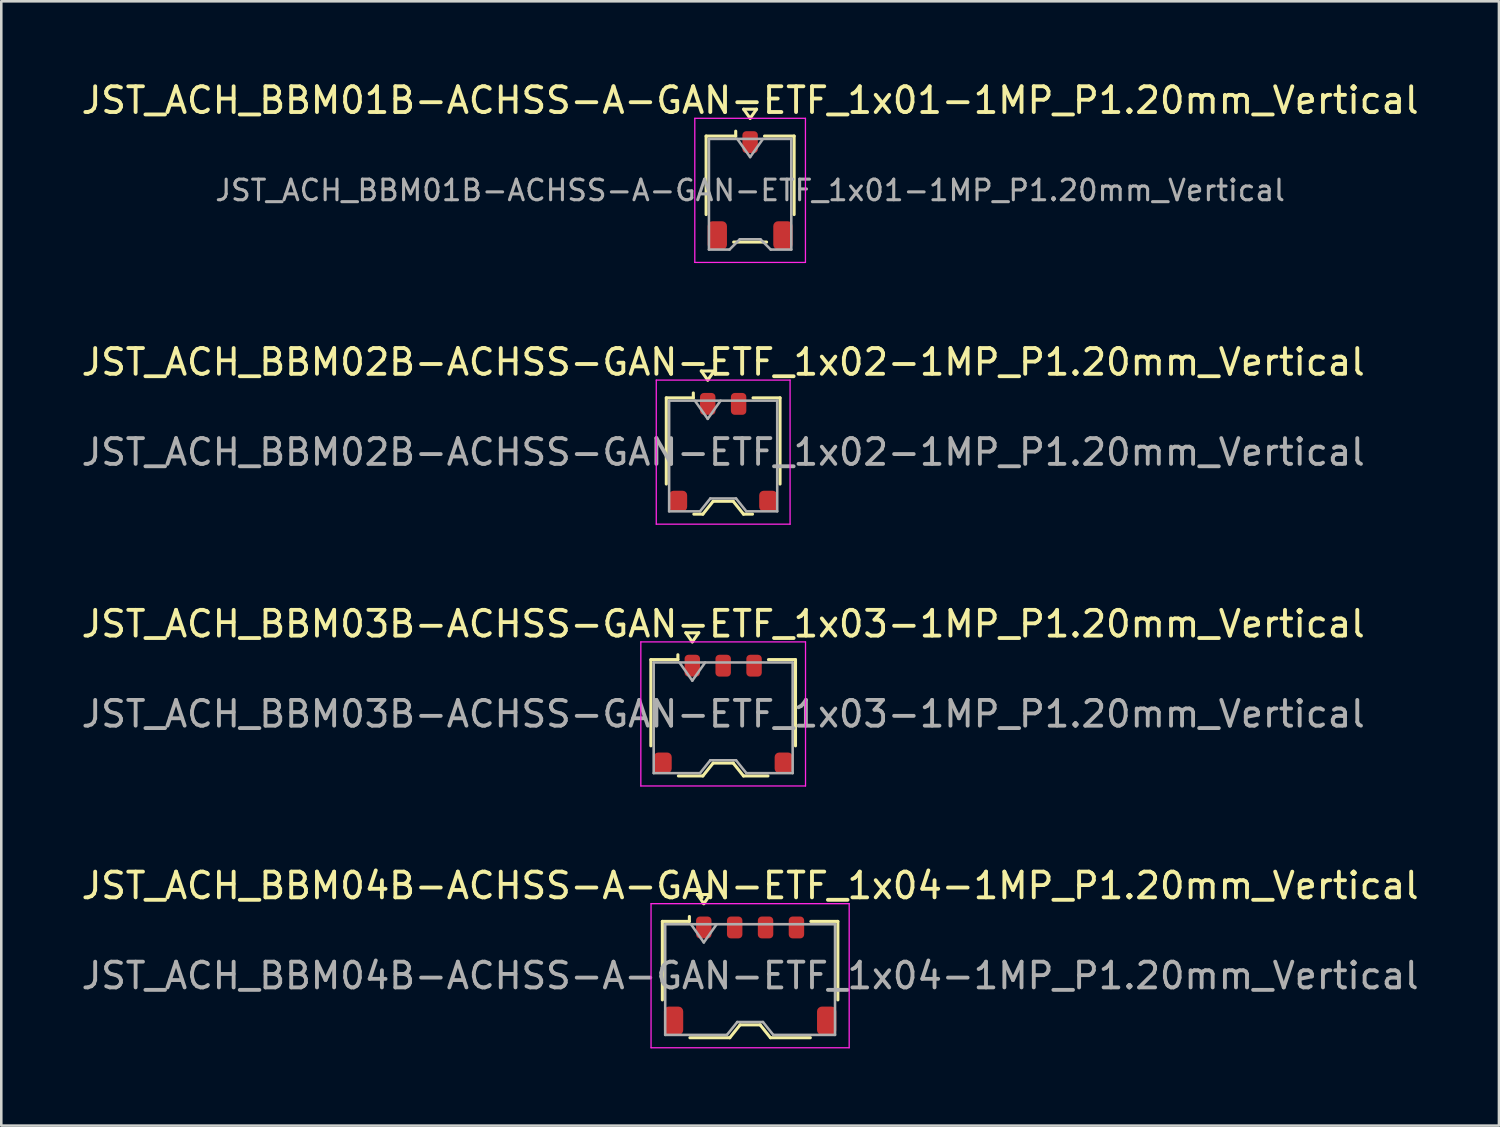
<source format=kicad_pcb>
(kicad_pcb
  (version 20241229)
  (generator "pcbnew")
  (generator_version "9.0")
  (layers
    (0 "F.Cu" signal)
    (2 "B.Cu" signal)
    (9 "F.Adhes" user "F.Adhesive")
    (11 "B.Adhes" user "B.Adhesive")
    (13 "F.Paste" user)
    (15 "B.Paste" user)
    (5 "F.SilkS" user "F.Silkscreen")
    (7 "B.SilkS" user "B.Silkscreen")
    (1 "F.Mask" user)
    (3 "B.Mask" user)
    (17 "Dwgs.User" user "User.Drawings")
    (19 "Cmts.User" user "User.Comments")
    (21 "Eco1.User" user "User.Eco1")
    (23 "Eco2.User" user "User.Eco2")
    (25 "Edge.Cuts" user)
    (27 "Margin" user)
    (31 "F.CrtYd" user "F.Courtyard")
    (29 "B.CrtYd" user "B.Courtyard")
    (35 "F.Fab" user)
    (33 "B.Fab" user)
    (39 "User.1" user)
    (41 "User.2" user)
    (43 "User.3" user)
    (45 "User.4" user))
  (footprint "JST_ACH_BBM04B-ACHSS-A-GAN-ETF_1x04-1MP_P1.20mm_Vertical"
    (layer "F.Cu")
    (at 26.101 34.868)
    (property "Reference" "JST_ACH_BBM04B-ACHSS-A-GAN-ETF_1x04-1MP_P1.20mm_Vertical" (at 0 -3.5 0) (layer "F.SilkS") (effects (font (size 1 1) (thickness 0.15))))
    (attr smd)
    (fp_line (start -3.41 -2.11) (end -2.36 -2.11) (stroke (width 0.12) (type solid)) (layer "F.SilkS"))
    (fp_line (start -3.41 0.94) (end -3.41 -2.11) (stroke (width 0.12) (type solid)) (layer "F.SilkS"))
    (fp_line (start -2.36 -2.11) (end -2.36 -2.3) (stroke (width 0.12) (type solid)) (layer "F.SilkS"))
    (fp_line (start -2.34 2.41) (end -0.79 2.41) (stroke (width 0.12) (type solid)) (layer "F.SilkS"))
    (fp_line (start -2.05 -3.154) (end -1.8 -2.8) (stroke (width 0.12) (type solid)) (layer "F.SilkS"))
    (fp_line (start -1.8 -2.8) (end -1.55 -3.154) (stroke (width 0.12) (type solid)) (layer "F.SilkS"))
    (fp_line (start -1.55 -3.154) (end -2.05 -3.154) (stroke (width 0.12) (type solid)) (layer "F.SilkS"))
    (fp_line (start -0.79 2.41) (end -0.39 1.91) (stroke (width 0.12) (type solid)) (layer "F.SilkS"))
    (fp_line (start -0.39 1.91) (end 0.39 1.91) (stroke (width 0.12) (type solid)) (layer "F.SilkS"))
    (fp_line (start 0.39 1.91) (end 0.79 2.41) (stroke (width 0.12) (type solid)) (layer "F.SilkS"))
    (fp_line (start 0.79 2.41) (end 2.34 2.41) (stroke (width 0.12) (type solid)) (layer "F.SilkS"))
    (fp_line (start 3.41 -2.11) (end 2.36 -2.11) (stroke (width 0.12) (type solid)) (layer "F.SilkS"))
    (fp_line (start 3.41 0.94) (end 3.41 -2.11) (stroke (width 0.12) (type solid)) (layer "F.SilkS"))
    (fp_line (start -3.85 -2.8) (end -3.85 2.8) (stroke (width 0.05) (type solid)) (layer "F.CrtYd"))
    (fp_line (start -3.85 2.8) (end 3.85 2.8) (stroke (width 0.05) (type solid)) (layer "F.CrtYd"))
    (fp_line (start 3.85 -2.8) (end -3.85 -2.8) (stroke (width 0.05) (type solid)) (layer "F.CrtYd"))
    (fp_line (start 3.85 2.8) (end 3.85 -2.8) (stroke (width 0.05) (type solid)) (layer "F.CrtYd"))
    (fp_line (start -3.3 -2) (end -3.3 2.3) (stroke (width 0.1) (type solid)) (layer "F.Fab"))
    (fp_line (start -3.3 -2) (end 3.3 -2) (stroke (width 0.1) (type solid)) (layer "F.Fab"))
    (fp_line (start -3.3 2.3) (end -0.9 2.3) (stroke (width 0.1) (type solid)) (layer "F.Fab"))
    (fp_line (start -2.3 -2) (end -1.8 -1.293) (stroke (width 0.1) (type solid)) (layer "F.Fab"))
    (fp_line (start -1.8 -1.293) (end -1.3 -2) (stroke (width 0.1) (type solid)) (layer "F.Fab"))
    (fp_line (start -0.9 2.3) (end -0.5 1.8) (stroke (width 0.1) (type solid)) (layer "F.Fab"))
    (fp_line (start -0.5 1.8) (end 0.5 1.8) (stroke (width 0.1) (type solid)) (layer "F.Fab"))
    (fp_line (start 0.5 1.8) (end 0.9 2.3) (stroke (width 0.1) (type solid)) (layer "F.Fab"))
    (fp_line (start 0.9 2.3) (end 3.3 2.3) (stroke (width 0.1) (type solid)) (layer "F.Fab"))
    (fp_line (start 3.3 -2) (end 3.3 2.3) (stroke (width 0.1) (type solid)) (layer "F.Fab"))
    (fp_text user "${REFERENCE}" (at 0 0 0) (layer "F.Fab") (effects (font (size 1 1) (thickness 0.15))))
    (pad "1" smd roundrect (at -1.8 -1.875) (size 0.6 0.85) (layers "F.Cu" "F.Mask" "F.Paste") (roundrect_rratio 0.25))
    (pad "2" smd roundrect (at -0.6 -1.875) (size 0.6 0.85) (layers "F.Cu" "F.Mask" "F.Paste") (roundrect_rratio 0.25))
    (pad "3" smd roundrect (at 0.6 -1.875) (size 0.6 0.85) (layers "F.Cu" "F.Mask" "F.Paste") (roundrect_rratio 0.25))
    (pad "4" smd roundrect (at 1.8 -1.875) (size 0.6 0.85) (layers "F.Cu" "F.Mask" "F.Paste") (roundrect_rratio 0.25))
    (pad "MP" smd roundrect (at -2.975 1.75) (size 0.75 1.1) (layers "F.Cu" "F.Mask" "F.Paste") (roundrect_rratio 0.25))
    (pad "MP" smd roundrect (at 2.975 1.75) (size 0.75 1.1) (layers "F.Cu" "F.Mask" "F.Paste") (roundrect_rratio 0.25)))
  (footprint "JST_ACH_BBM01B-ACHSS-A-GAN-ETF_1x01-1MP_P1.20mm_Vertical"
    (layer "F.Cu")
    (at 26.101 4.348)
    (property "Reference" "JST_ACH_BBM01B-ACHSS-A-GAN-ETF_1x01-1MP_P1.20mm_Vertical" (at 0 -3.5 0) (layer "F.SilkS") (effects (font (size 1 1) (thickness 0.15))))
    (attr smd)
    (fp_line (start -1.71 -2.11) (end -0.56 -2.11) (stroke (width 0.12) (type solid)) (layer "F.SilkS"))
    (fp_line (start -1.71 0.94) (end -1.71 -2.11) (stroke (width 0.12) (type solid)) (layer "F.SilkS"))
    (fp_line (start -0.64 2.01) (end 0.64 2.01) (stroke (width 0.12) (type solid)) (layer "F.SilkS"))
    (fp_line (start -0.56 -2.11) (end -0.56 -2.3) (stroke (width 0.12) (type solid)) (layer "F.SilkS"))
    (fp_line (start -0.25 -3.154) (end 0 -2.8) (stroke (width 0.12) (type solid)) (layer "F.SilkS"))
    (fp_line (start 0 -2.8) (end 0.25 -3.154) (stroke (width 0.12) (type solid)) (layer "F.SilkS"))
    (fp_line (start 0.25 -3.154) (end -0.25 -3.154) (stroke (width 0.12) (type solid)) (layer "F.SilkS"))
    (fp_line (start 1.71 -2.11) (end 0.56 -2.11) (stroke (width 0.12) (type solid)) (layer "F.SilkS"))
    (fp_line (start 1.71 0.94) (end 1.71 -2.11) (stroke (width 0.12) (type solid)) (layer "F.SilkS"))
    (fp_line (start -2.15 -2.8) (end -2.15 2.8) (stroke (width 0.05) (type solid)) (layer "F.CrtYd"))
    (fp_line (start -2.15 2.8) (end 2.15 2.8) (stroke (width 0.05) (type solid)) (layer "F.CrtYd"))
    (fp_line (start 2.15 -2.8) (end -2.15 -2.8) (stroke (width 0.05) (type solid)) (layer "F.CrtYd"))
    (fp_line (start 2.15 2.8) (end 2.15 -2.8) (stroke (width 0.05) (type solid)) (layer "F.CrtYd"))
    (fp_line (start -1.6 -2) (end -1.6 2.3) (stroke (width 0.1) (type solid)) (layer "F.Fab"))
    (fp_line (start -1.6 -2) (end 1.6 -2) (stroke (width 0.1) (type solid)) (layer "F.Fab"))
    (fp_line (start -1.6 2.3) (end -0.8 2.3) (stroke (width 0.1) (type solid)) (layer "F.Fab"))
    (fp_line (start -0.8 2.3) (end -0.4 1.9) (stroke (width 0.1) (type solid)) (layer "F.Fab"))
    (fp_line (start -0.5 -2) (end 0 -1.293) (stroke (width 0.1) (type solid)) (layer "F.Fab"))
    (fp_line (start -0.4 1.9) (end 0.4 1.9) (stroke (width 0.1) (type solid)) (layer "F.Fab"))
    (fp_line (start 0 -1.293) (end 0.5 -2) (stroke (width 0.1) (type solid)) (layer "F.Fab"))
    (fp_line (start 0.4 1.9) (end 0.8 2.3) (stroke (width 0.1) (type solid)) (layer "F.Fab"))
    (fp_line (start 0.8 2.3) (end 1.6 2.3) (stroke (width 0.1) (type solid)) (layer "F.Fab"))
    (fp_line (start 1.6 -2) (end 1.6 2.3) (stroke (width 0.1) (type solid)) (layer "F.Fab"))
    (fp_text user "${REFERENCE}" (at 0 0 0) (layer "F.Fab") (effects (font (size 0.8 0.8) (thickness 0.12))))
    (pad "1" smd roundrect (at 0 -1.875) (size 0.6 0.85) (layers "F.Cu" "F.Mask" "F.Paste") (roundrect_rratio 0.25))
    (pad "MP" smd roundrect (at -1.275 1.75) (size 0.75 1.1) (layers "F.Cu" "F.Mask" "F.Paste") (roundrect_rratio 0.25))
    (pad "MP" smd roundrect (at 1.275 1.75) (size 0.75 1.1) (layers "F.Cu" "F.Mask" "F.Paste") (roundrect_rratio 0.25)))
  (footprint "JST_ACH_BBM02B-ACHSS-GAN-ETF_1x02-1MP_P1.20mm_Vertical"
    (layer "F.Cu")
    (at 25.054 14.521)
    (property "Reference" "JST_ACH_BBM02B-ACHSS-GAN-ETF_1x02-1MP_P1.20mm_Vertical" (at 0 -3.5 0) (layer "F.SilkS") (effects (font (size 1 1) (thickness 0.15))))
    (attr smd)
    (fp_line (start -2.21 -2.11) (end -1.16 -2.11) (stroke (width 0.12) (type solid)) (layer "F.SilkS"))
    (fp_line (start -2.21 1.24) (end -2.21 -2.11) (stroke (width 0.12) (type solid)) (layer "F.SilkS"))
    (fp_line (start -1.16 -2.11) (end -1.16 -2.3) (stroke (width 0.12) (type solid)) (layer "F.SilkS"))
    (fp_line (start -1.14 2.41) (end -0.79 2.41) (stroke (width 0.12) (type solid)) (layer "F.SilkS"))
    (fp_line (start -0.85 -3.154) (end -0.6 -2.8) (stroke (width 0.12) (type solid)) (layer "F.SilkS"))
    (fp_line (start -0.79 2.41) (end -0.39 1.91) (stroke (width 0.12) (type solid)) (layer "F.SilkS"))
    (fp_line (start -0.6 -2.8) (end -0.35 -3.154) (stroke (width 0.12) (type solid)) (layer "F.SilkS"))
    (fp_line (start -0.39 1.91) (end 0.39 1.91) (stroke (width 0.12) (type solid)) (layer "F.SilkS"))
    (fp_line (start -0.35 -3.154) (end -0.85 -3.154) (stroke (width 0.12) (type solid)) (layer "F.SilkS"))
    (fp_line (start 0.39 1.91) (end 0.79 2.41) (stroke (width 0.12) (type solid)) (layer "F.SilkS"))
    (fp_line (start 0.79 2.41) (end 1.14 2.41) (stroke (width 0.12) (type solid)) (layer "F.SilkS"))
    (fp_line (start 2.21 -2.11) (end 1.16 -2.11) (stroke (width 0.12) (type solid)) (layer "F.SilkS"))
    (fp_line (start 2.21 1.24) (end 2.21 -2.11) (stroke (width 0.12) (type solid)) (layer "F.SilkS"))
    (fp_line (start -2.6 -2.8) (end -2.6 2.8) (stroke (width 0.05) (type solid)) (layer "F.CrtYd"))
    (fp_line (start -2.6 2.8) (end 2.6 2.8) (stroke (width 0.05) (type solid)) (layer "F.CrtYd"))
    (fp_line (start 2.6 -2.8) (end -2.6 -2.8) (stroke (width 0.05) (type solid)) (layer "F.CrtYd"))
    (fp_line (start 2.6 2.8) (end 2.6 -2.8) (stroke (width 0.05) (type solid)) (layer "F.CrtYd"))
    (fp_line (start -2.1 -2) (end -2.1 2.3) (stroke (width 0.1) (type solid)) (layer "F.Fab"))
    (fp_line (start -2.1 -2) (end 2.1 -2) (stroke (width 0.1) (type solid)) (layer "F.Fab"))
    (fp_line (start -2.1 2.3) (end -0.9 2.3) (stroke (width 0.1) (type solid)) (layer "F.Fab"))
    (fp_line (start -1.1 -2) (end -0.6 -1.293) (stroke (width 0.1) (type solid)) (layer "F.Fab"))
    (fp_line (start -0.9 2.3) (end -0.5 1.8) (stroke (width 0.1) (type solid)) (layer "F.Fab"))
    (fp_line (start -0.6 -1.293) (end -0.1 -2) (stroke (width 0.1) (type solid)) (layer "F.Fab"))
    (fp_line (start -0.5 1.8) (end 0.5 1.8) (stroke (width 0.1) (type solid)) (layer "F.Fab"))
    (fp_line (start 0.5 1.8) (end 0.9 2.3) (stroke (width 0.1) (type solid)) (layer "F.Fab"))
    (fp_line (start 0.9 2.3) (end 2.1 2.3) (stroke (width 0.1) (type solid)) (layer "F.Fab"))
    (fp_line (start 2.1 -2) (end 2.1 2.3) (stroke (width 0.1) (type solid)) (layer "F.Fab"))
    (fp_text user "${REFERENCE}" (at 0 0 0) (layer "F.Fab") (effects (font (size 1 1) (thickness 0.15))))
    (pad "1" smd roundrect (at -0.6 -1.875) (size 0.6 0.85) (layers "F.Cu" "F.Mask" "F.Paste") (roundrect_rratio 0.25))
    (pad "2" smd roundrect (at 0.6 -1.875) (size 0.6 0.85) (layers "F.Cu" "F.Mask" "F.Paste") (roundrect_rratio 0.25))
    (pad "MP" smd roundrect (at -1.75 1.9) (size 0.7 0.8) (layers "F.Cu" "F.Mask" "F.Paste") (roundrect_rratio 0.25))
    (pad "MP" smd roundrect (at 1.75 1.9) (size 0.7 0.8) (layers "F.Cu" "F.Mask" "F.Paste") (roundrect_rratio 0.25)))
  (footprint "JST_ACH_BBM03B-ACHSS-GAN-ETF_1x03-1MP_P1.20mm_Vertical"
    (layer "F.Cu")
    (at 25.054 24.695)
    (property "Reference" "JST_ACH_BBM03B-ACHSS-GAN-ETF_1x03-1MP_P1.20mm_Vertical" (at 0 -3.5 0) (layer "F.SilkS") (effects (font (size 1 1) (thickness 0.15))))
    (attr smd)
    (fp_line (start -2.81 -2.11) (end -1.76 -2.11) (stroke (width 0.12) (type solid)) (layer "F.SilkS"))
    (fp_line (start -2.81 1.24) (end -2.81 -2.11) (stroke (width 0.12) (type solid)) (layer "F.SilkS"))
    (fp_line (start -1.76 -2.11) (end -1.76 -2.3) (stroke (width 0.12) (type solid)) (layer "F.SilkS"))
    (fp_line (start -1.74 2.41) (end -0.79 2.41) (stroke (width 0.12) (type solid)) (layer "F.SilkS"))
    (fp_line (start -1.45 -3.154) (end -1.2 -2.8) (stroke (width 0.12) (type solid)) (layer "F.SilkS"))
    (fp_line (start -1.2 -2.8) (end -0.95 -3.154) (stroke (width 0.12) (type solid)) (layer "F.SilkS"))
    (fp_line (start -0.95 -3.154) (end -1.45 -3.154) (stroke (width 0.12) (type solid)) (layer "F.SilkS"))
    (fp_line (start -0.79 2.41) (end -0.39 1.91) (stroke (width 0.12) (type solid)) (layer "F.SilkS"))
    (fp_line (start -0.39 1.91) (end 0.39 1.91) (stroke (width 0.12) (type solid)) (layer "F.SilkS"))
    (fp_line (start 0.39 1.91) (end 0.79 2.41) (stroke (width 0.12) (type solid)) (layer "F.SilkS"))
    (fp_line (start 0.79 2.41) (end 1.74 2.41) (stroke (width 0.12) (type solid)) (layer "F.SilkS"))
    (fp_line (start 2.81 -2.11) (end 1.76 -2.11) (stroke (width 0.12) (type solid)) (layer "F.SilkS"))
    (fp_line (start 2.81 1.24) (end 2.81 -2.11) (stroke (width 0.12) (type solid)) (layer "F.SilkS"))
    (fp_line (start -3.2 -2.8) (end -3.2 2.8) (stroke (width 0.05) (type solid)) (layer "F.CrtYd"))
    (fp_line (start -3.2 2.8) (end 3.2 2.8) (stroke (width 0.05) (type solid)) (layer "F.CrtYd"))
    (fp_line (start 3.2 -2.8) (end -3.2 -2.8) (stroke (width 0.05) (type solid)) (layer "F.CrtYd"))
    (fp_line (start 3.2 2.8) (end 3.2 -2.8) (stroke (width 0.05) (type solid)) (layer "F.CrtYd"))
    (fp_line (start -2.7 -2) (end -2.7 2.3) (stroke (width 0.1) (type solid)) (layer "F.Fab"))
    (fp_line (start -2.7 -2) (end 2.7 -2) (stroke (width 0.1) (type solid)) (layer "F.Fab"))
    (fp_line (start -2.7 2.3) (end -0.9 2.3) (stroke (width 0.1) (type solid)) (layer "F.Fab"))
    (fp_line (start -1.7 -2) (end -1.2 -1.293) (stroke (width 0.1) (type solid)) (layer "F.Fab"))
    (fp_line (start -1.2 -1.293) (end -0.7 -2) (stroke (width 0.1) (type solid)) (layer "F.Fab"))
    (fp_line (start -0.9 2.3) (end -0.5 1.8) (stroke (width 0.1) (type solid)) (layer "F.Fab"))
    (fp_line (start -0.5 1.8) (end 0.5 1.8) (stroke (width 0.1) (type solid)) (layer "F.Fab"))
    (fp_line (start 0.5 1.8) (end 0.9 2.3) (stroke (width 0.1) (type solid)) (layer "F.Fab"))
    (fp_line (start 0.9 2.3) (end 2.7 2.3) (stroke (width 0.1) (type solid)) (layer "F.Fab"))
    (fp_line (start 2.7 -2) (end 2.7 2.3) (stroke (width 0.1) (type solid)) (layer "F.Fab"))
    (fp_text user "${REFERENCE}" (at 0 0 0) (layer "F.Fab") (effects (font (size 1 1) (thickness 0.15))))
    (pad "1" smd roundrect (at -1.2 -1.875) (size 0.6 0.85) (layers "F.Cu" "F.Mask" "F.Paste") (roundrect_rratio 0.25))
    (pad "2" smd roundrect (at 0 -1.875) (size 0.6 0.85) (layers "F.Cu" "F.Mask" "F.Paste") (roundrect_rratio 0.25))
    (pad "3" smd roundrect (at 1.2 -1.875) (size 0.6 0.85) (layers "F.Cu" "F.Mask" "F.Paste") (roundrect_rratio 0.25))
    (pad "MP" smd roundrect (at -2.35 1.9) (size 0.7 0.8) (layers "F.Cu" "F.Mask" "F.Paste") (roundrect_rratio 0.25))
    (pad "MP" smd roundrect (at 2.35 1.9) (size 0.7 0.8) (layers "F.Cu" "F.Mask" "F.Paste") (roundrect_rratio 0.25)))
  (gr_rect
    (start -3 -3)
    (end 55.202 40.693)
    (stroke (width 0.1) (type default))
    (fill no)
    (layer "Edge.Cuts")))
</source>
